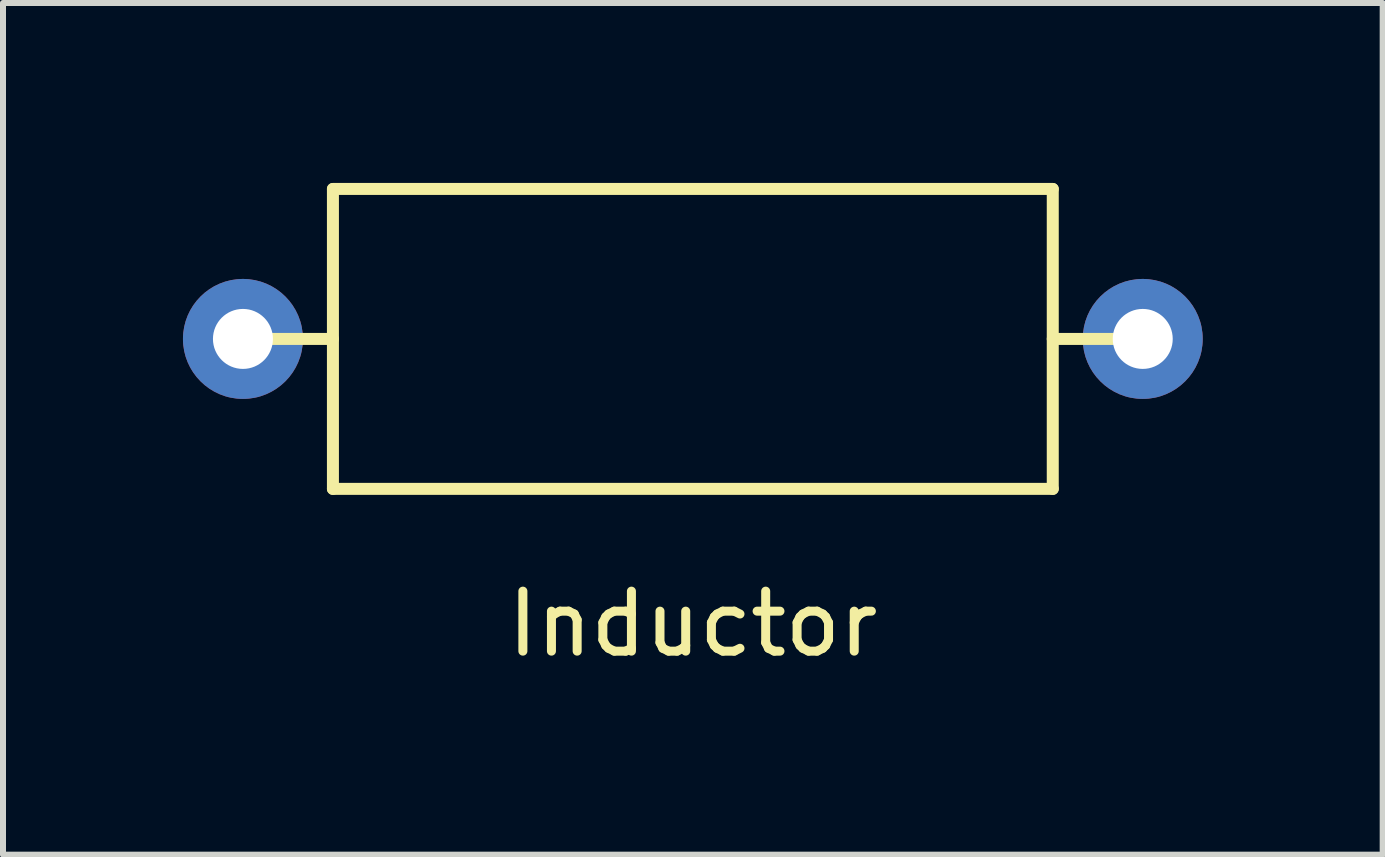
<source format=kicad_pcb>
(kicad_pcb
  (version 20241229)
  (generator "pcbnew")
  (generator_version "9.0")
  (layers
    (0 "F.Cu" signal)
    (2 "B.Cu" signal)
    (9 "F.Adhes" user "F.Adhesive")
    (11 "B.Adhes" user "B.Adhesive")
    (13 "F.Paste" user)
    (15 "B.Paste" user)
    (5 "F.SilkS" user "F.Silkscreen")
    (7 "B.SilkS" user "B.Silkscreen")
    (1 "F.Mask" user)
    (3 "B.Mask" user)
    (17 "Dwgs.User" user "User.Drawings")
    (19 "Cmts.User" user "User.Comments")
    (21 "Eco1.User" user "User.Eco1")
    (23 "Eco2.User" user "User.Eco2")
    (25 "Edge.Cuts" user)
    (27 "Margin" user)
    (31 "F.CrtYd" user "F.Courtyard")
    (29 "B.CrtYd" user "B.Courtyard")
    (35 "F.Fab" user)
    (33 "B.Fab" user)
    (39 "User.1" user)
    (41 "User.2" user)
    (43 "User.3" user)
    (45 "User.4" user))
  (footprint "Inductor"
    (layer "F.Cu")
    (at 8.5 2.6)
    (property "Reference" "Inductor" (at 0 4.75 0) (layer "F.SilkS") (effects (font (size 1 1) (thickness 0.15))))
    (attr through_hole)
    (fp_line (start -6 -2.5) (end 6 -2.5) (stroke (width 0.2) (type solid)) (layer "F.SilkS"))
    (fp_line (start -6 0) (end -7.5 0) (stroke (width 0.2) (type solid)) (layer "F.SilkS"))
    (fp_line (start -6 2.5) (end -6 -2.5) (stroke (width 0.2) (type solid)) (layer "F.SilkS"))
    (fp_line (start 6 -2.5) (end 6 2.5) (stroke (width 0.2) (type solid)) (layer "F.SilkS"))
    (fp_line (start 6 0) (end 7.5 0) (stroke (width 0.2) (type solid)) (layer "F.SilkS"))
    (fp_line (start 6 2.5) (end -6 2.5) (stroke (width 0.2) (type solid)) (layer "F.SilkS"))
    (pad "1" thru_hole circle (at -7.5 0) (size 2 2) (drill 1) (layers "*.Cu" "*.Mask"))
    (pad "2" thru_hole circle (at 7.5 0) (size 2 2) (drill 1) (layers "*.Cu" "*.Mask")))
  (gr_rect
    (start -3 -3)
    (end 20 11.198)
    (stroke (width 0.1) (type default))
    (fill no)
    (layer "Edge.Cuts")))
</source>
